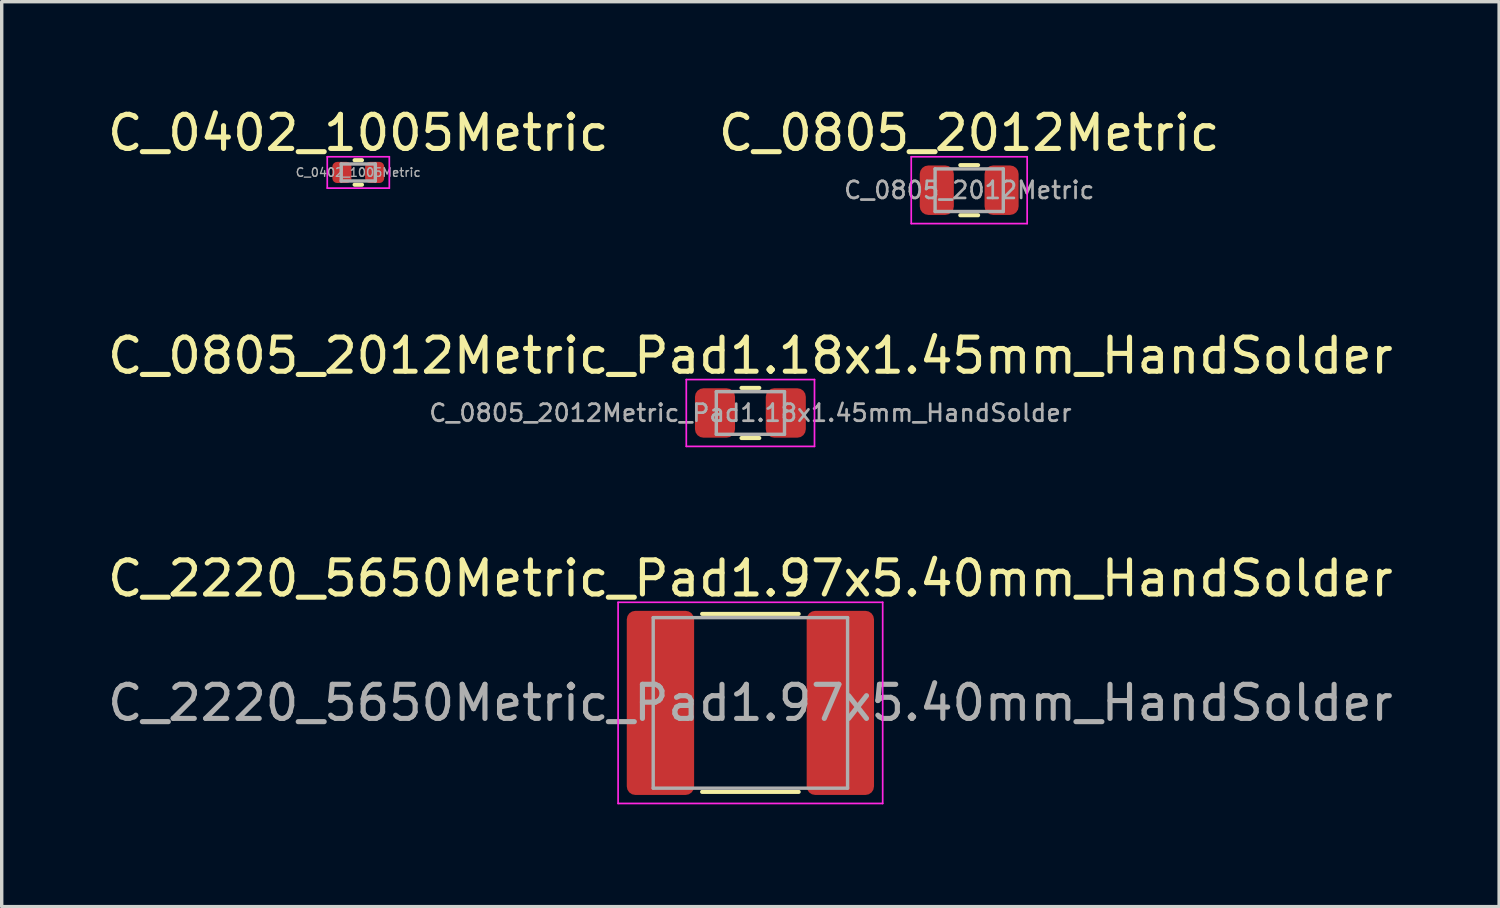
<source format=kicad_pcb>
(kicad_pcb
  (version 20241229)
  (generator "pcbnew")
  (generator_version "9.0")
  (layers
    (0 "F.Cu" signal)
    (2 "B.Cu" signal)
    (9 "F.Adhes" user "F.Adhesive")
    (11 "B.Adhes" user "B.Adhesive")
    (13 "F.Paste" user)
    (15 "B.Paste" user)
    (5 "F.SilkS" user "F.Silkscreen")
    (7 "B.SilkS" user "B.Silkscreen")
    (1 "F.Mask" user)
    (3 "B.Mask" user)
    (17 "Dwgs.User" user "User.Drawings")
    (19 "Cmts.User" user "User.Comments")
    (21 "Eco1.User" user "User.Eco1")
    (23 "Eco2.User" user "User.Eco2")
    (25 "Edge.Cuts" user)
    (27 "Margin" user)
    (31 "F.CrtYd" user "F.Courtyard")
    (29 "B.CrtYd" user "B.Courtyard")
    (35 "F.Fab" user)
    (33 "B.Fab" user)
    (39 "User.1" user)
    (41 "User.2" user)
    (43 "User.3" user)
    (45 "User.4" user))
  (footprint "C_2220_5650Metric_Pad1.97x5.40mm_HandSolder"
    (layer "F.Cu")
    (at 18.958 17.565)
    (property "Reference" "C_2220_5650Metric_Pad1.97x5.40mm_HandSolder" (at 0 -3.65 0) (layer "F.SilkS") (effects (font (size 1 1) (thickness 0.15))))
    (attr smd)
    (fp_line (start -1.416 -2.61) (end 1.416 -2.61) (stroke (width 0.12) (type solid)) (layer "F.SilkS"))
    (fp_line (start -1.416 2.61) (end 1.416 2.61) (stroke (width 0.12) (type solid)) (layer "F.SilkS"))
    (fp_line (start -3.88 -2.95) (end 3.88 -2.95) (stroke (width 0.05) (type solid)) (layer "F.CrtYd"))
    (fp_line (start -3.88 2.95) (end -3.88 -2.95) (stroke (width 0.05) (type solid)) (layer "F.CrtYd"))
    (fp_line (start 3.88 -2.95) (end 3.88 2.95) (stroke (width 0.05) (type solid)) (layer "F.CrtYd"))
    (fp_line (start 3.88 2.95) (end -3.88 2.95) (stroke (width 0.05) (type solid)) (layer "F.CrtYd"))
    (fp_line (start -2.85 -2.5) (end 2.85 -2.5) (stroke (width 0.1) (type solid)) (layer "F.Fab"))
    (fp_line (start -2.85 2.5) (end -2.85 -2.5) (stroke (width 0.1) (type solid)) (layer "F.Fab"))
    (fp_line (start 2.85 -2.5) (end 2.85 2.5) (stroke (width 0.1) (type solid)) (layer "F.Fab"))
    (fp_line (start 2.85 2.5) (end -2.85 2.5) (stroke (width 0.1) (type solid)) (layer "F.Fab"))
    (fp_text user "${REFERENCE}" (at 0 0 0) (layer "F.Fab") (effects (font (size 1 1) (thickness 0.15))))
    (pad "1" smd roundrect (at -2.638 0) (size 1.975 5.4) (layers "F.Cu" "F.Mask" "F.Paste") (roundrect_rratio 0.127))
    (pad "2" smd roundrect (at 2.638 0) (size 1.975 5.4) (layers "F.Cu" "F.Mask" "F.Paste") (roundrect_rratio 0.127)))
  (footprint "C_0402_1005Metric"
    (layer "F.Cu")
    (at 7.458 2.008)
    (property "Reference" "C_0402_1005Metric" (at 0 -1.16 0) (layer "F.SilkS") (effects (font (size 1 1) (thickness 0.15))))
    (attr smd)
    (fp_line (start -0.108 -0.36) (end 0.108 -0.36) (stroke (width 0.12) (type solid)) (layer "F.SilkS"))
    (fp_line (start -0.108 0.36) (end 0.108 0.36) (stroke (width 0.12) (type solid)) (layer "F.SilkS"))
    (fp_line (start -0.91 -0.46) (end 0.91 -0.46) (stroke (width 0.05) (type solid)) (layer "F.CrtYd"))
    (fp_line (start -0.91 0.46) (end -0.91 -0.46) (stroke (width 0.05) (type solid)) (layer "F.CrtYd"))
    (fp_line (start 0.91 -0.46) (end 0.91 0.46) (stroke (width 0.05) (type solid)) (layer "F.CrtYd"))
    (fp_line (start 0.91 0.46) (end -0.91 0.46) (stroke (width 0.05) (type solid)) (layer "F.CrtYd"))
    (fp_line (start -0.5 -0.25) (end 0.5 -0.25) (stroke (width 0.1) (type solid)) (layer "F.Fab"))
    (fp_line (start -0.5 0.25) (end -0.5 -0.25) (stroke (width 0.1) (type solid)) (layer "F.Fab"))
    (fp_line (start 0.5 -0.25) (end 0.5 0.25) (stroke (width 0.1) (type solid)) (layer "F.Fab"))
    (fp_line (start 0.5 0.25) (end -0.5 0.25) (stroke (width 0.1) (type solid)) (layer "F.Fab"))
    (fp_text user "${REFERENCE}" (at 0 0 0) (layer "F.Fab") (effects (font (size 0.25 0.25) (thickness 0.04))))
    (pad "1" smd roundrect (at -0.48 0) (size 0.56 0.62) (layers "F.Cu" "F.Mask" "F.Paste") (roundrect_rratio 0.25))
    (pad "2" smd roundrect (at 0.48 0) (size 0.56 0.62) (layers "F.Cu" "F.Mask" "F.Paste") (roundrect_rratio 0.25)))
  (footprint "C_0805_2012Metric"
    (layer "F.Cu")
    (at 25.375 2.528)
    (property "Reference" "C_0805_2012Metric" (at 0 -1.68 0) (layer "F.SilkS") (effects (font (size 1 1) (thickness 0.15))))
    (attr smd)
    (fp_line (start -0.261 -0.735) (end 0.261 -0.735) (stroke (width 0.12) (type solid)) (layer "F.SilkS"))
    (fp_line (start -0.261 0.735) (end 0.261 0.735) (stroke (width 0.12) (type solid)) (layer "F.SilkS"))
    (fp_line (start -1.7 -0.98) (end 1.7 -0.98) (stroke (width 0.05) (type solid)) (layer "F.CrtYd"))
    (fp_line (start -1.7 0.98) (end -1.7 -0.98) (stroke (width 0.05) (type solid)) (layer "F.CrtYd"))
    (fp_line (start 1.7 -0.98) (end 1.7 0.98) (stroke (width 0.05) (type solid)) (layer "F.CrtYd"))
    (fp_line (start 1.7 0.98) (end -1.7 0.98) (stroke (width 0.05) (type solid)) (layer "F.CrtYd"))
    (fp_line (start -1 -0.625) (end 1 -0.625) (stroke (width 0.1) (type solid)) (layer "F.Fab"))
    (fp_line (start -1 0.625) (end -1 -0.625) (stroke (width 0.1) (type solid)) (layer "F.Fab"))
    (fp_line (start 1 -0.625) (end 1 0.625) (stroke (width 0.1) (type solid)) (layer "F.Fab"))
    (fp_line (start 1 0.625) (end -1 0.625) (stroke (width 0.1) (type solid)) (layer "F.Fab"))
    (fp_text user "${REFERENCE}" (at 0 0 0) (layer "F.Fab") (effects (font (size 0.5 0.5) (thickness 0.08))))
    (pad "1" smd roundrect (at -0.95 0) (size 1 1.45) (layers "F.Cu" "F.Mask" "F.Paste") (roundrect_rratio 0.25))
    (pad "2" smd roundrect (at 0.95 0) (size 1 1.45) (layers "F.Cu" "F.Mask" "F.Paste") (roundrect_rratio 0.25)))
  (footprint "C_0805_2012Metric_Pad1.18x1.45mm_HandSolder"
    (layer "F.Cu")
    (at 18.958 9.062)
    (property "Reference" "C_0805_2012Metric_Pad1.18x1.45mm_HandSolder" (at 0 -1.68 0) (layer "F.SilkS") (effects (font (size 1 1) (thickness 0.15))))
    (attr smd)
    (fp_line (start -0.261 -0.735) (end 0.261 -0.735) (stroke (width 0.12) (type solid)) (layer "F.SilkS"))
    (fp_line (start -0.261 0.735) (end 0.261 0.735) (stroke (width 0.12) (type solid)) (layer "F.SilkS"))
    (fp_line (start -1.88 -0.98) (end 1.88 -0.98) (stroke (width 0.05) (type solid)) (layer "F.CrtYd"))
    (fp_line (start -1.88 0.98) (end -1.88 -0.98) (stroke (width 0.05) (type solid)) (layer "F.CrtYd"))
    (fp_line (start 1.88 -0.98) (end 1.88 0.98) (stroke (width 0.05) (type solid)) (layer "F.CrtYd"))
    (fp_line (start 1.88 0.98) (end -1.88 0.98) (stroke (width 0.05) (type solid)) (layer "F.CrtYd"))
    (fp_line (start -1 -0.625) (end 1 -0.625) (stroke (width 0.1) (type solid)) (layer "F.Fab"))
    (fp_line (start -1 0.625) (end -1 -0.625) (stroke (width 0.1) (type solid)) (layer "F.Fab"))
    (fp_line (start 1 -0.625) (end 1 0.625) (stroke (width 0.1) (type solid)) (layer "F.Fab"))
    (fp_line (start 1 0.625) (end -1 0.625) (stroke (width 0.1) (type solid)) (layer "F.Fab"))
    (fp_text user "${REFERENCE}" (at 0 0 0) (layer "F.Fab") (effects (font (size 0.5 0.5) (thickness 0.08))))
    (pad "1" smd roundrect (at -1.038 0) (size 1.175 1.45) (layers "F.Cu" "F.Mask" "F.Paste") (roundrect_rratio 0.213))
    (pad "2" smd roundrect (at 1.038 0) (size 1.175 1.45) (layers "F.Cu" "F.Mask" "F.Paste") (roundrect_rratio 0.213)))
  (gr_rect
    (start -3 -3)
    (end 40.917 23.54)
    (stroke (width 0.1) (type default))
    (fill no)
    (layer "Edge.Cuts")))
</source>
